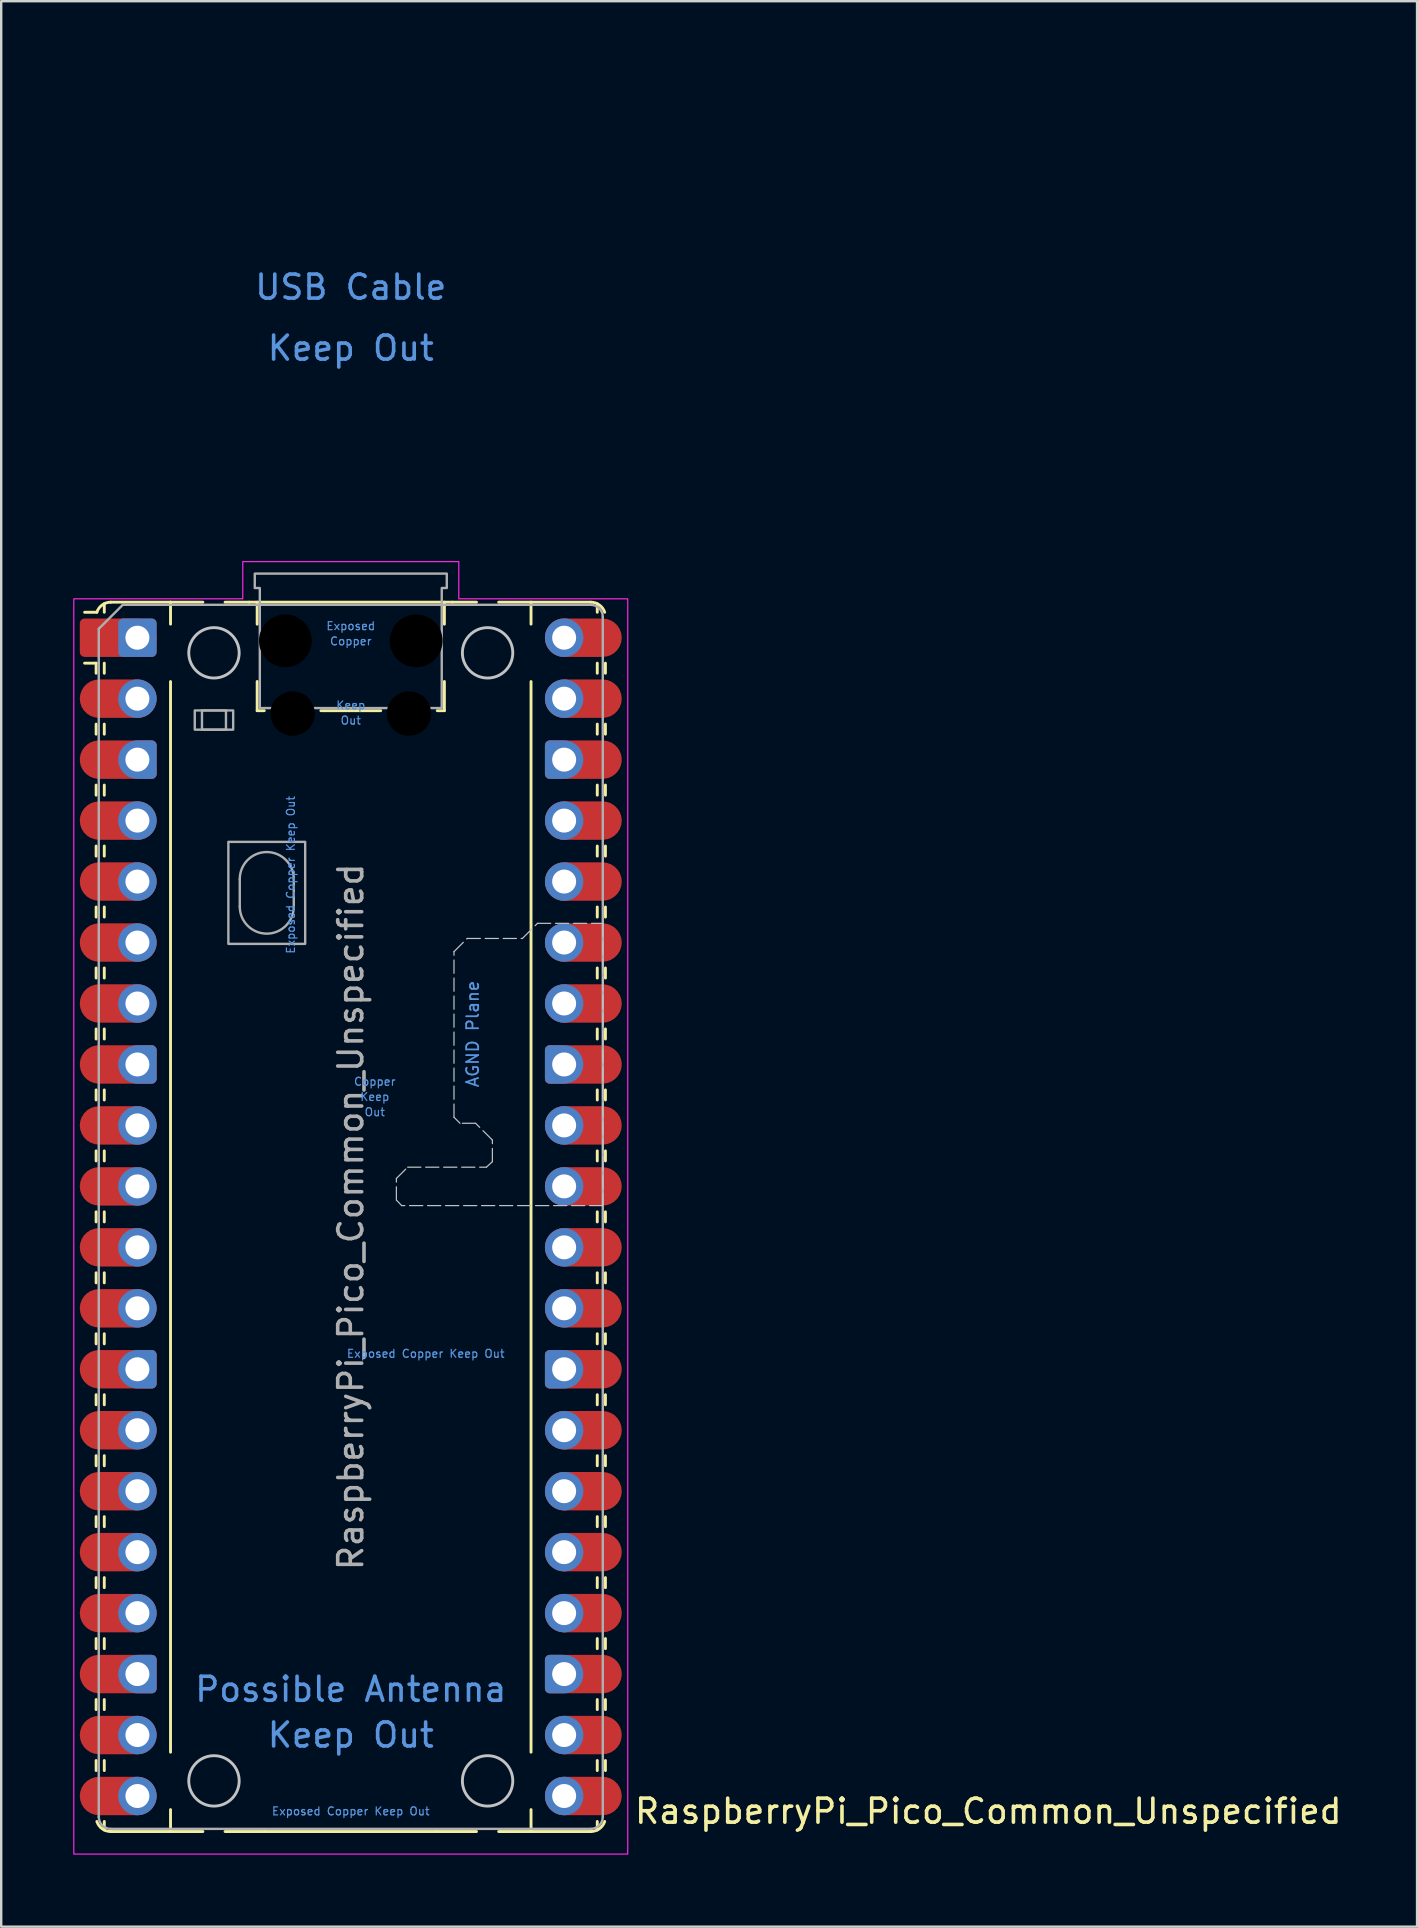
<source format=kicad_pcb>
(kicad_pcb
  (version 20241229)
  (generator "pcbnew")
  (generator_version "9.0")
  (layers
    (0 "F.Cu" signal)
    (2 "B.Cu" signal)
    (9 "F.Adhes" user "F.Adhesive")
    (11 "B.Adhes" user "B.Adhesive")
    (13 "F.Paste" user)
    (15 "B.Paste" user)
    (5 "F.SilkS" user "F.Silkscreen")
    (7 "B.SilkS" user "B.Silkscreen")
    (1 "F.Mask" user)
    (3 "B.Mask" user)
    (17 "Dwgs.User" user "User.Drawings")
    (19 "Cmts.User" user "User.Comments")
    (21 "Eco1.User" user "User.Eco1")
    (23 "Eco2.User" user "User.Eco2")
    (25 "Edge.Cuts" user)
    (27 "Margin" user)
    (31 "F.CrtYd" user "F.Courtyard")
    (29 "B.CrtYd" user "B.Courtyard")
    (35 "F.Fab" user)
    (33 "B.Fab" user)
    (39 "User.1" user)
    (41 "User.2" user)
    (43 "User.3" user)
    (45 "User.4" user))
  (footprint "RaspberryPi_Pico_Common_Unspecified"
    (layer "F.Cu")
    (at 11.565 47.65)
    (property "Reference" "RaspberryPi_Pico_Common_Unspecified" (at 11.748 24.765 0) (unlocked yes) (layer "F.SilkS") (effects (font (size 1 1) (thickness 0.15)) (justify left)))
    (attr through_hole)
    (fp_line (start -10.61 -23.07) (end -11.09 -23.07) (stroke (width 0.12) (type solid)) (layer "F.SilkS"))
    (fp_line (start -10.61 -23.07) (end -10.61 -22.65) (stroke (width 0.12) (type solid)) (layer "F.SilkS"))
    (fp_line (start -10.61 -20.53) (end -10.61 -20.11) (stroke (width 0.12) (type solid)) (layer "F.SilkS"))
    (fp_line (start -10.61 -17.99) (end -10.61 -17.57) (stroke (width 0.12) (type solid)) (layer "F.SilkS"))
    (fp_line (start -10.61 -15.45) (end -10.61 -15.03) (stroke (width 0.12) (type solid)) (layer "F.SilkS"))
    (fp_line (start -10.61 -12.91) (end -10.61 -12.49) (stroke (width 0.12) (type solid)) (layer "F.SilkS"))
    (fp_line (start -10.61 -10.37) (end -10.61 -9.95) (stroke (width 0.12) (type solid)) (layer "F.SilkS"))
    (fp_line (start -10.61 -7.83) (end -10.61 -7.41) (stroke (width 0.12) (type solid)) (layer "F.SilkS"))
    (fp_line (start -10.61 -5.29) (end -10.61 -4.87) (stroke (width 0.12) (type solid)) (layer "F.SilkS"))
    (fp_line (start -10.61 -2.75) (end -10.61 -2.33) (stroke (width 0.12) (type solid)) (layer "F.SilkS"))
    (fp_line (start -10.61 -0.21) (end -10.61 0.21) (stroke (width 0.12) (type solid)) (layer "F.SilkS"))
    (fp_line (start -10.61 2.33) (end -10.61 2.75) (stroke (width 0.12) (type solid)) (layer "F.SilkS"))
    (fp_line (start -10.61 4.87) (end -10.61 5.29) (stroke (width 0.12) (type solid)) (layer "F.SilkS"))
    (fp_line (start -10.61 7.41) (end -10.61 7.83) (stroke (width 0.12) (type solid)) (layer "F.SilkS"))
    (fp_line (start -10.61 9.95) (end -10.61 10.37) (stroke (width 0.12) (type solid)) (layer "F.SilkS"))
    (fp_line (start -10.61 12.49) (end -10.61 12.91) (stroke (width 0.12) (type solid)) (layer "F.SilkS"))
    (fp_line (start -10.61 15.03) (end -10.61 15.45) (stroke (width 0.12) (type solid)) (layer "F.SilkS"))
    (fp_line (start -10.61 17.57) (end -10.61 17.99) (stroke (width 0.12) (type solid)) (layer "F.SilkS"))
    (fp_line (start -10.61 20.11) (end -10.61 20.53) (stroke (width 0.12) (type solid)) (layer "F.SilkS"))
    (fp_line (start -10.61 22.65) (end -10.61 23.07) (stroke (width 0.12) (type solid)) (layer "F.SilkS"))
    (fp_line (start -10.58 -25.19) (end -11.09 -25.19) (stroke (width 0.12) (type solid)) (layer "F.SilkS"))
    (fp_line (start -10.27 -25.19) (end -10.27 -25.547) (stroke (width 0.12) (type solid)) (layer "F.SilkS"))
    (fp_line (start -10.27 -23.07) (end -10.27 -22.65) (stroke (width 0.12) (type solid)) (layer "F.SilkS"))
    (fp_line (start -10.27 -20.53) (end -10.27 -20.11) (stroke (width 0.12) (type solid)) (layer "F.SilkS"))
    (fp_line (start -10.27 -17.99) (end -10.27 -17.57) (stroke (width 0.12) (type solid)) (layer "F.SilkS"))
    (fp_line (start -10.27 -15.45) (end -10.27 -15.03) (stroke (width 0.12) (type solid)) (layer "F.SilkS"))
    (fp_line (start -10.27 -12.91) (end -10.27 -12.49) (stroke (width 0.12) (type solid)) (layer "F.SilkS"))
    (fp_line (start -10.27 -10.37) (end -10.27 -9.95) (stroke (width 0.12) (type solid)) (layer "F.SilkS"))
    (fp_line (start -10.27 -7.83) (end -10.27 -7.41) (stroke (width 0.12) (type solid)) (layer "F.SilkS"))
    (fp_line (start -10.27 -5.29) (end -10.27 -4.87) (stroke (width 0.12) (type solid)) (layer "F.SilkS"))
    (fp_line (start -10.27 -2.75) (end -10.27 -2.33) (stroke (width 0.12) (type solid)) (layer "F.SilkS"))
    (fp_line (start -10.27 -0.21) (end -10.27 0.21) (stroke (width 0.12) (type solid)) (layer "F.SilkS"))
    (fp_line (start -10.27 2.33) (end -10.27 2.75) (stroke (width 0.12) (type solid)) (layer "F.SilkS"))
    (fp_line (start -10.27 4.87) (end -10.27 5.29) (stroke (width 0.12) (type solid)) (layer "F.SilkS"))
    (fp_line (start -10.27 7.41) (end -10.27 7.83) (stroke (width 0.12) (type solid)) (layer "F.SilkS"))
    (fp_line (start -10.27 9.95) (end -10.27 10.37) (stroke (width 0.12) (type solid)) (layer "F.SilkS"))
    (fp_line (start -10.27 12.49) (end -10.27 12.91) (stroke (width 0.12) (type solid)) (layer "F.SilkS"))
    (fp_line (start -10.27 15.03) (end -10.27 15.45) (stroke (width 0.12) (type solid)) (layer "F.SilkS"))
    (fp_line (start -10.27 17.57) (end -10.27 17.99) (stroke (width 0.12) (type solid)) (layer "F.SilkS"))
    (fp_line (start -10.27 20.11) (end -10.27 20.53) (stroke (width 0.12) (type solid)) (layer "F.SilkS"))
    (fp_line (start -10.27 22.65) (end -10.27 23.07) (stroke (width 0.12) (type solid)) (layer "F.SilkS"))
    (fp_line (start -10.27 25.19) (end -10.27 25.547) (stroke (width 0.12) (type solid)) (layer "F.SilkS"))
    (fp_line (start -10 -25.61) (end -7.51 -25.61) (stroke (width 0.12) (type solid)) (layer "F.SilkS"))
    (fp_line (start -10 25.61) (end -6.162 25.61) (stroke (width 0.12) (type solid)) (layer "F.SilkS"))
    (fp_line (start -7.51 -25.61) (end -7.51 -24.696) (stroke (width 0.12) (type solid)) (layer "F.SilkS"))
    (fp_line (start -7.51 -25.61) (end -6.162 -25.61) (stroke (width 0.12) (type solid)) (layer "F.SilkS"))
    (fp_line (start -7.51 -22.304) (end -7.51 22.304) (stroke (width 0.12) (type solid)) (layer "F.SilkS"))
    (fp_line (start -7.51 24.696) (end -7.51 25.61) (stroke (width 0.12) (type solid)) (layer "F.SilkS"))
    (fp_line (start -5.238 -25.61) (end -4.235 -25.61) (stroke (width 0.12) (type solid)) (layer "F.SilkS"))
    (fp_line (start -4.235 -25.61) (end 4.235 -25.61) (stroke (width 0.12) (type solid)) (layer "F.SilkS"))
    (fp_line (start -3.9 -25.61) (end -3.9 -24.694) (stroke (width 0.12) (type solid)) (layer "F.SilkS"))
    (fp_line (start -3.9 -22.306) (end -3.9 -21.09) (stroke (width 0.12) (type solid)) (layer "F.SilkS"))
    (fp_line (start -3.9 -21.09) (end -3.604 -21.09) (stroke (width 0.12) (type solid)) (layer "F.SilkS"))
    (fp_line (start -3.6 25.61) (end -5.238 25.61) (stroke (width 0.12) (type solid)) (layer "F.SilkS"))
    (fp_line (start -1.246 -21.09) (end 1.246 -21.09) (stroke (width 0.12) (type solid)) (layer "F.SilkS"))
    (fp_line (start 3.6 25.61) (end -3.6 25.61) (stroke (width 0.12) (type solid)) (layer "F.SilkS"))
    (fp_line (start 3.604 -21.09) (end 3.9 -21.09) (stroke (width 0.12) (type solid)) (layer "F.SilkS"))
    (fp_line (start 3.9 -25.61) (end 3.9 -24.694) (stroke (width 0.12) (type solid)) (layer "F.SilkS"))
    (fp_line (start 3.9 -22.306) (end 3.9 -21.09) (stroke (width 0.12) (type solid)) (layer "F.SilkS"))
    (fp_line (start 4.235 -25.61) (end 5.238 -25.61) (stroke (width 0.12) (type solid)) (layer "F.SilkS"))
    (fp_line (start 5.238 25.61) (end 3.6 25.61) (stroke (width 0.12) (type solid)) (layer "F.SilkS"))
    (fp_line (start 6.162 -25.61) (end 7.51 -25.61) (stroke (width 0.12) (type solid)) (layer "F.SilkS"))
    (fp_line (start 6.162 25.61) (end 10 25.61) (stroke (width 0.12) (type solid)) (layer "F.SilkS"))
    (fp_line (start 7.51 -25.61) (end 7.51 -24.696) (stroke (width 0.12) (type solid)) (layer "F.SilkS"))
    (fp_line (start 7.51 -22.304) (end 7.51 22.304) (stroke (width 0.12) (type solid)) (layer "F.SilkS"))
    (fp_line (start 7.51 24.696) (end 7.51 25.61) (stroke (width 0.12) (type solid)) (layer "F.SilkS"))
    (fp_line (start 10 -25.61) (end 7.51 -25.61) (stroke (width 0.12) (type solid)) (layer "F.SilkS"))
    (fp_line (start 10.27 -25.19) (end 10.27 -25.547) (stroke (width 0.12) (type solid)) (layer "F.SilkS"))
    (fp_line (start 10.27 -23.07) (end 10.27 -22.65) (stroke (width 0.12) (type solid)) (layer "F.SilkS"))
    (fp_line (start 10.27 -20.53) (end 10.27 -20.11) (stroke (width 0.12) (type solid)) (layer "F.SilkS"))
    (fp_line (start 10.27 -17.99) (end 10.27 -17.57) (stroke (width 0.12) (type solid)) (layer "F.SilkS"))
    (fp_line (start 10.27 -15.45) (end 10.27 -15.03) (stroke (width 0.12) (type solid)) (layer "F.SilkS"))
    (fp_line (start 10.27 -12.91) (end 10.27 -12.49) (stroke (width 0.12) (type solid)) (layer "F.SilkS"))
    (fp_line (start 10.27 -10.37) (end 10.27 -9.95) (stroke (width 0.12) (type solid)) (layer "F.SilkS"))
    (fp_line (start 10.27 -7.83) (end 10.27 -7.41) (stroke (width 0.12) (type solid)) (layer "F.SilkS"))
    (fp_line (start 10.27 -5.29) (end 10.27 -4.87) (stroke (width 0.12) (type solid)) (layer "F.SilkS"))
    (fp_line (start 10.27 -2.75) (end 10.27 -2.33) (stroke (width 0.12) (type solid)) (layer "F.SilkS"))
    (fp_line (start 10.27 -0.21) (end 10.27 0.21) (stroke (width 0.12) (type solid)) (layer "F.SilkS"))
    (fp_line (start 10.27 2.33) (end 10.27 2.75) (stroke (width 0.12) (type solid)) (layer "F.SilkS"))
    (fp_line (start 10.27 4.87) (end 10.27 5.29) (stroke (width 0.12) (type solid)) (layer "F.SilkS"))
    (fp_line (start 10.27 7.41) (end 10.27 7.83) (stroke (width 0.12) (type solid)) (layer "F.SilkS"))
    (fp_line (start 10.27 9.95) (end 10.27 10.37) (stroke (width 0.12) (type solid)) (layer "F.SilkS"))
    (fp_line (start 10.27 12.49) (end 10.27 12.91) (stroke (width 0.12) (type solid)) (layer "F.SilkS"))
    (fp_line (start 10.27 15.03) (end 10.27 15.45) (stroke (width 0.12) (type solid)) (layer "F.SilkS"))
    (fp_line (start 10.27 17.57) (end 10.27 17.99) (stroke (width 0.12) (type solid)) (layer "F.SilkS"))
    (fp_line (start 10.27 20.11) (end 10.27 20.53) (stroke (width 0.12) (type solid)) (layer "F.SilkS"))
    (fp_line (start 10.27 22.65) (end 10.27 23.07) (stroke (width 0.12) (type solid)) (layer "F.SilkS"))
    (fp_line (start 10.27 25.19) (end 10.27 25.547) (stroke (width 0.12) (type solid)) (layer "F.SilkS"))
    (fp_line (start 10.61 -23.07) (end 10.61 -22.65) (stroke (width 0.12) (type solid)) (layer "F.SilkS"))
    (fp_line (start 10.61 -20.53) (end 10.61 -20.11) (stroke (width 0.12) (type solid)) (layer "F.SilkS"))
    (fp_line (start 10.61 -17.99) (end 10.61 -17.57) (stroke (width 0.12) (type solid)) (layer "F.SilkS"))
    (fp_line (start 10.61 -15.45) (end 10.61 -15.03) (stroke (width 0.12) (type solid)) (layer "F.SilkS"))
    (fp_line (start 10.61 -12.91) (end 10.61 -12.49) (stroke (width 0.12) (type solid)) (layer "F.SilkS"))
    (fp_line (start 10.61 -10.37) (end 10.61 -9.95) (stroke (width 0.12) (type solid)) (layer "F.SilkS"))
    (fp_line (start 10.61 -7.83) (end 10.61 -7.41) (stroke (width 0.12) (type solid)) (layer "F.SilkS"))
    (fp_line (start 10.61 -5.29) (end 10.61 -4.87) (stroke (width 0.12) (type solid)) (layer "F.SilkS"))
    (fp_line (start 10.61 -2.75) (end 10.61 -2.33) (stroke (width 0.12) (type solid)) (layer "F.SilkS"))
    (fp_line (start 10.61 -0.21) (end 10.61 0.21) (stroke (width 0.12) (type solid)) (layer "F.SilkS"))
    (fp_line (start 10.61 2.33) (end 10.61 2.75) (stroke (width 0.12) (type solid)) (layer "F.SilkS"))
    (fp_line (start 10.61 4.87) (end 10.61 5.29) (stroke (width 0.12) (type solid)) (layer "F.SilkS"))
    (fp_line (start 10.61 7.41) (end 10.61 7.83) (stroke (width 0.12) (type solid)) (layer "F.SilkS"))
    (fp_line (start 10.61 9.95) (end 10.61 10.37) (stroke (width 0.12) (type solid)) (layer "F.SilkS"))
    (fp_line (start 10.61 12.49) (end 10.61 12.91) (stroke (width 0.12) (type solid)) (layer "F.SilkS"))
    (fp_line (start 10.61 15.03) (end 10.61 15.45) (stroke (width 0.12) (type solid)) (layer "F.SilkS"))
    (fp_line (start 10.61 17.57) (end 10.61 17.99) (stroke (width 0.12) (type solid)) (layer "F.SilkS"))
    (fp_line (start 10.61 20.11) (end 10.61 20.53) (stroke (width 0.12) (type solid)) (layer "F.SilkS"))
    (fp_line (start 10.61 22.65) (end 10.61 23.07) (stroke (width 0.12) (type solid)) (layer "F.SilkS"))
    (fp_arc (start -10.579676 -25.19) (mid -10.357938 -25.493944) (end -10 -25.61) (stroke (width 0.12) (type solid)) (layer "F.SilkS"))
    (fp_arc (start -10 25.61) (mid -10.357937 25.493944) (end -10.579676 25.189937) (stroke (width 0.12) (type solid)) (layer "F.SilkS"))
    (fp_arc (start 10 -25.61) (mid 10.357937 -25.493944) (end 10.579676 -25.189937) (stroke (width 0.12) (type solid)) (layer "F.SilkS"))
    (fp_arc (start 10.579676 25.189937) (mid 10.357946 25.493957) (end 10 25.61) (stroke (width 0.12) (type solid)) (layer "F.SilkS"))
    (fp_circle (center -5.7 -23.5) (end -4.65 -23.5) (stroke (width 0.12) (type solid)) (fill no) (layer "Dwgs.User"))
    (fp_circle (center -5.7 23.5) (end -4.65 23.5) (stroke (width 0.12) (type solid)) (fill no) (layer "Dwgs.User"))
    (fp_circle (center 5.7 -23.5) (end 6.75 -23.5) (stroke (width 0.12) (type solid)) (fill no) (layer "Dwgs.User"))
    (fp_circle (center 5.7 23.5) (end 6.75 23.5) (stroke (width 0.12) (type solid)) (fill no) (layer "Dwgs.User"))
    (fp_poly (pts (xy 10.5 -0.47) (xy 2.12 -0.47) (xy 1.9 -0.7) (xy 1.9 -1.6) (xy 2.37 -2.07) (xy 5.65 -2.07) (xy 5.9 -2.3) (xy 5.9 -3.2) (xy 5.2 -3.9) (xy 4.55 -3.9) (xy 4.3 -4.15) (xy 4.3 -11.05) (xy 4.85 -11.6) (xy 7.15 -11.6) (xy 7.78 -12.23) (xy 10.5 -12.23)) (stroke (width 0.05) (type dash)) (fill no) (layer "Dwgs.User"))
    (fp_poly (pts (xy -4.5 -27.3) (xy 4.5 -27.3) (xy 4.5 -25.75) (xy 11.54 -25.75) (xy 11.54 26.55) (xy -11.54 26.55) (xy -11.54 -25.75) (xy -4.5 -25.75)) (stroke (width 0.05) (type solid)) (fill no) (layer "F.CrtYd"))
    (fp_line (start -10.5 -24.5) (end -9.5 -25.5) (stroke (width 0.1) (type solid)) (layer "F.Fab"))
    (fp_line (start -10.5 25) (end -10.5 -24.5) (stroke (width 0.1) (type solid)) (layer "F.Fab"))
    (fp_line (start -9.5 -25.5) (end 10 -25.5) (stroke (width 0.1) (type solid)) (layer "F.Fab"))
    (fp_line (start -4.625 -14.075) (end -4.625 -12.925) (stroke (width 0.1) (type solid)) (layer "F.Fab"))
    (fp_line (start -2.375 -14.075) (end -2.375 -12.925) (stroke (width 0.1) (type solid)) (layer "F.Fab"))
    (fp_line (start 10 25.5) (end -10 25.5) (stroke (width 0.1) (type solid)) (layer "F.Fab"))
    (fp_line (start 10.5 -25) (end 10.5 25) (stroke (width 0.1) (type solid)) (layer "F.Fab"))
    (fp_rect (start -6.5 -21.1) (end -4.9 -20.3) (stroke (width 0.1) (type solid)) (fill no) (layer "F.Fab"))
    (fp_rect (start -6.2 -21.1) (end -5.2 -20.3) (stroke (width 0.1) (type solid)) (fill no) (layer "F.Fab"))
    (fp_rect (start -5.1 -15.625) (end -1.9 -11.375) (stroke (width 0.1) (type solid)) (fill no) (layer "F.Fab"))
    (fp_arc (start -10 25.5) (mid -10.353553 25.353553) (end -10.5 25) (stroke (width 0.1) (type solid)) (layer "F.Fab"))
    (fp_arc (start -4.625 -14.075) (mid -3.5 -15.2) (end -2.375 -14.075) (stroke (width 0.1) (type solid)) (layer "F.Fab"))
    (fp_arc (start -2.375 -12.925) (mid -3.5 -11.8) (end -4.625 -12.925) (stroke (width 0.1) (type solid)) (layer "F.Fab"))
    (fp_arc (start 10 -25.5) (mid 10.353553 -25.353553) (end 10.5 -25) (stroke (width 0.1) (type solid)) (layer "F.Fab"))
    (fp_arc (start 10.5 25) (mid 10.353553 25.353553) (end 10 25.5) (stroke (width 0.1) (type solid)) (layer "F.Fab"))
    (fp_poly (pts (xy 3.79 -21.2) (xy 3.79 -26.2) (xy 4 -26.2) (xy 4 -26.8) (xy -4 -26.8) (xy -4 -26.2) (xy -3.79 -26.2) (xy -3.79 -21.2)) (stroke (width 0.1) (type solid)) (fill no) (layer "F.Fab"))
    (fp_text user "Keep Out" (at 0 21.59 0) (unlocked yes) (layer "Cmts.User") (effects (font (size 1 1) (thickness 0.15))))
    (fp_text user "Keep" (at 1 -5 0) (unlocked yes) (layer "Cmts.User") (effects (font (size 0.333 0.333) (thickness 0.05))))
    (fp_text user "Exposed Copper Keep Out" (at 0 24.765 0) (unlocked yes) (layer "Cmts.User") (effects (font (size 0.333 0.333) (thickness 0.05))))
    (fp_text user "Out" (at 1 -4.365 0) (unlocked yes) (layer "Cmts.User") (effects (font (size 0.333 0.333) (thickness 0.05))))
    (fp_text user "Keep Out" (at 0 -36.195 0) (unlocked yes) (layer "Cmts.User") (effects (font (size 1 1) (thickness 0.15))))
    (fp_text user "Out" (at 0 -20.683 0) (unlocked yes) (layer "Cmts.User") (effects (font (size 0.333 0.333) (thickness 0.05))))
    (fp_text user "Copper" (at 0 -23.983 0) (unlocked yes) (layer "Cmts.User") (effects (font (size 0.333 0.333) (thickness 0.05))))
    (fp_text user "Possible Antenna" (at 0 19.685 0) (unlocked yes) (layer "Cmts.User") (effects (font (size 1 1) (thickness 0.15))))
    (fp_text user "Exposed Copper Keep Out" (at 3.124 5.7 0) (unlocked yes) (layer "Cmts.User") (effects (font (size 0.333 0.333) (thickness 0.05))))
    (fp_text user "USB Cable" (at 0 -38.735 0) (unlocked yes) (layer "Cmts.User") (effects (font (size 1 1) (thickness 0.15))))
    (fp_text user "Exposed" (at 0 -24.617 0) (unlocked yes) (layer "Cmts.User") (effects (font (size 0.333 0.333) (thickness 0.05))))
    (fp_text user "AGND Plane" (at 5.08 -7.62 90) (unlocked yes) (layer "Cmts.User") (effects (font (size 0.5 0.5) (thickness 0.075))))
    (fp_text user "Copper" (at 1 -5.635 0) (unlocked yes) (layer "Cmts.User") (effects (font (size 0.333 0.333) (thickness 0.05))))
    (fp_text user "Keep" (at 0 -21.317 0) (unlocked yes) (layer "Cmts.User") (effects (font (size 0.333 0.333) (thickness 0.05))))
    (fp_text user "Exposed Copper Keep Out" (at -2.5 -14.25 90) (unlocked yes) (layer "Cmts.User") (effects (font (size 0.333 0.333) (thickness 0.05))))
    (fp_text user "${REFERENCE}" (at 0 0 90) (layer "F.Fab") (effects (font (size 1 1) (thickness 0.15))))
    (pad "" np_thru_hole circle (at -2.725 -24) (size 2.2 2.2) (drill 2.2) (layers "*.Mask"))
    (pad "" np_thru_hole circle (at -2.425 -20.97) (size 1.85 1.85) (drill 1.85) (layers "*.Mask"))
    (pad "" np_thru_hole circle (at 2.425 -20.97) (size 1.85 1.85) (drill 1.85) (layers "*.Mask"))
    (pad "" np_thru_hole circle (at 2.725 -24) (size 2.2 2.2) (drill 2.2) (layers "*.Mask"))
    (pad "1" smd custom (at -9.69 -24.13) (size 1.6 0.8) (layers "F.Cu" "F.Mask") (options (anchor rect)) (primitives (gr_circle (center 0.8 0) (end 1.6 0) (width 0) (fill yes)) (gr_poly (pts (xy -1.6 -0.6) (xy -1.6 0.6) (xy -1.4 0.8) (xy 0.8 0.8) (xy 0.8 -0.8) (xy -1.4 -0.8)) (width 0) (fill yes)) (gr_circle (center -1.4 -0.6) (end -1.2 -0.6) (width 0) (fill yes)) (gr_circle (center -1.4 0.6) (end -1.2 0.6) (width 0) (fill yes))))
    (pad "1" thru_hole roundrect (at -8.89 -24.13) (size 1.6 1.6) (drill 1) (layers "*.Cu" "*.Mask") (roundrect_rratio 0.125))
    (pad "2" smd roundrect (at -9.69 -21.59) (size 3.2 1.6) (layers "F.Cu" "F.Mask") (roundrect_rratio 0.5))
    (pad "2" thru_hole circle (at -8.89 -21.59) (size 1.6 1.6) (drill 1) (layers "*.Cu" "*.Mask"))
    (pad "3" smd custom (at -9.69 -19.05) (size 1.6 0.8) (layers "F.Cu" "F.Mask") (options (anchor rect)) (primitives (gr_circle (center -0.8 0) (end 0 0) (width 0) (fill yes)) (gr_poly (pts (xy 1.6 -0.6) (xy 1.6 0.6) (xy 1.4 0.8) (xy -0.8 0.8) (xy -0.8 -0.8) (xy 1.4 -0.8)) (width 0) (fill yes)) (gr_circle (center 1.4 -0.6) (end 1.6 -0.6) (width 0) (fill yes)) (gr_circle (center 1.4 0.6) (end 1.6 0.6) (width 0) (fill yes))))
    (pad "3" thru_hole custom (at -8.89 -19.05) (size 1.6 1.6) (drill 1) (layers "*.Cu" "*.Mask") (options (anchor circle)) (primitives (gr_poly (pts (xy 0.8 0.6) (xy 0.8 -0.6) (xy 0.6 -0.8) (xy 0 -0.8) (xy 0 0.8) (xy 0.6 0.8)) (width 0) (fill yes)) (gr_circle (center 0.6 0.6) (end 0.8 0.6) (width 0) (fill yes)) (gr_circle (center 0.6 -0.6) (end 0.8 -0.6) (width 0) (fill yes))))
    (pad "4" smd roundrect (at -9.69 -16.51) (size 3.2 1.6) (layers "F.Cu" "F.Mask") (roundrect_rratio 0.5))
    (pad "4" thru_hole circle (at -8.89 -16.51) (size 1.6 1.6) (drill 1) (layers "*.Cu" "*.Mask"))
    (pad "5" smd roundrect (at -9.69 -13.97) (size 3.2 1.6) (layers "F.Cu" "F.Mask") (roundrect_rratio 0.5))
    (pad "5" thru_hole circle (at -8.89 -13.97) (size 1.6 1.6) (drill 1) (layers "*.Cu" "*.Mask"))
    (pad "6" smd roundrect (at -9.69 -11.43) (size 3.2 1.6) (layers "F.Cu" "F.Mask") (roundrect_rratio 0.5))
    (pad "6" thru_hole circle (at -8.89 -11.43) (size 1.6 1.6) (drill 1) (layers "*.Cu" "*.Mask"))
    (pad "7" smd roundrect (at -9.69 -8.89) (size 3.2 1.6) (layers "F.Cu" "F.Mask") (roundrect_rratio 0.5))
    (pad "7" thru_hole circle (at -8.89 -8.89) (size 1.6 1.6) (drill 1) (layers "*.Cu" "*.Mask"))
    (pad "8" smd custom (at -9.69 -6.35) (size 1.6 0.8) (layers "F.Cu" "F.Mask") (options (anchor rect)) (primitives (gr_circle (center -0.8 0) (end 0 0) (width 0) (fill yes)) (gr_poly (pts (xy 1.6 -0.6) (xy 1.6 0.6) (xy 1.4 0.8) (xy -0.8 0.8) (xy -0.8 -0.8) (xy 1.4 -0.8)) (width 0) (fill yes)) (gr_circle (center 1.4 -0.6) (end 1.6 -0.6) (width 0) (fill yes)) (gr_circle (center 1.4 0.6) (end 1.6 0.6) (width 0) (fill yes))))
    (pad "8" thru_hole custom (at -8.89 -6.35) (size 1.6 1.6) (drill 1) (layers "*.Cu" "*.Mask") (options (anchor circle)) (primitives (gr_poly (pts (xy 0.8 0.6) (xy 0.8 -0.6) (xy 0.6 -0.8) (xy 0 -0.8) (xy 0 0.8) (xy 0.6 0.8)) (width 0) (fill yes)) (gr_circle (center 0.6 0.6) (end 0.8 0.6) (width 0) (fill yes)) (gr_circle (center 0.6 -0.6) (end 0.8 -0.6) (width 0) (fill yes))))
    (pad "9" smd roundrect (at -9.69 -3.81) (size 3.2 1.6) (layers "F.Cu" "F.Mask") (roundrect_rratio 0.5))
    (pad "9" thru_hole circle (at -8.89 -3.81) (size 1.6 1.6) (drill 1) (layers "*.Cu" "*.Mask"))
    (pad "10" smd roundrect (at -9.69 -1.27) (size 3.2 1.6) (layers "F.Cu" "F.Mask") (roundrect_rratio 0.5))
    (pad "10" thru_hole circle (at -8.89 -1.27) (size 1.6 1.6) (drill 1) (layers "*.Cu" "*.Mask"))
    (pad "11" smd roundrect (at -9.69 1.27) (size 3.2 1.6) (layers "F.Cu" "F.Mask") (roundrect_rratio 0.5))
    (pad "11" thru_hole circle (at -8.89 1.27) (size 1.6 1.6) (drill 1) (layers "*.Cu" "*.Mask"))
    (pad "12" smd roundrect (at -9.69 3.81) (size 3.2 1.6) (layers "F.Cu" "F.Mask") (roundrect_rratio 0.5))
    (pad "12" thru_hole circle (at -8.89 3.81) (size 1.6 1.6) (drill 1) (layers "*.Cu" "*.Mask"))
    (pad "13" smd custom (at -9.69 6.35) (size 1.6 0.8) (layers "F.Cu" "F.Mask") (options (anchor rect)) (primitives (gr_circle (center -0.8 0) (end 0 0) (width 0) (fill yes)) (gr_poly (pts (xy 1.6 -0.6) (xy 1.6 0.6) (xy 1.4 0.8) (xy -0.8 0.8) (xy -0.8 -0.8) (xy 1.4 -0.8)) (width 0) (fill yes)) (gr_circle (center 1.4 -0.6) (end 1.6 -0.6) (width 0) (fill yes)) (gr_circle (center 1.4 0.6) (end 1.6 0.6) (width 0) (fill yes))))
    (pad "13" thru_hole custom (at -8.89 6.35) (size 1.6 1.6) (drill 1) (layers "*.Cu" "*.Mask") (options (anchor circle)) (primitives (gr_poly (pts (xy 0.8 0.6) (xy 0.8 -0.6) (xy 0.6 -0.8) (xy 0 -0.8) (xy 0 0.8) (xy 0.6 0.8)) (width 0) (fill yes)) (gr_circle (center 0.6 0.6) (end 0.8 0.6) (width 0) (fill yes)) (gr_circle (center 0.6 -0.6) (end 0.8 -0.6) (width 0) (fill yes))))
    (pad "14" smd roundrect (at -9.69 8.89) (size 3.2 1.6) (layers "F.Cu" "F.Mask") (roundrect_rratio 0.5))
    (pad "14" thru_hole circle (at -8.89 8.89) (size 1.6 1.6) (drill 1) (layers "*.Cu" "*.Mask"))
    (pad "15" smd roundrect (at -9.69 11.43) (size 3.2 1.6) (layers "F.Cu" "F.Mask") (roundrect_rratio 0.5))
    (pad "15" thru_hole circle (at -8.89 11.43) (size 1.6 1.6) (drill 1) (layers "*.Cu" "*.Mask"))
    (pad "16" smd roundrect (at -9.69 13.97) (size 3.2 1.6) (layers "F.Cu" "F.Mask") (roundrect_rratio 0.5))
    (pad "16" thru_hole circle (at -8.89 13.97) (size 1.6 1.6) (drill 1) (layers "*.Cu" "*.Mask"))
    (pad "17" smd roundrect (at -9.69 16.51) (size 3.2 1.6) (layers "F.Cu" "F.Mask") (roundrect_rratio 0.5))
    (pad "17" thru_hole circle (at -8.89 16.51) (size 1.6 1.6) (drill 1) (layers "*.Cu" "*.Mask"))
    (pad "18" smd custom (at -9.69 19.05) (size 1.6 0.8) (layers "F.Cu" "F.Mask") (options (anchor rect)) (primitives (gr_circle (center -0.8 0) (end 0 0) (width 0) (fill yes)) (gr_poly (pts (xy 1.6 -0.6) (xy 1.6 0.6) (xy 1.4 0.8) (xy -0.8 0.8) (xy -0.8 -0.8) (xy 1.4 -0.8)) (width 0) (fill yes)) (gr_circle (center 1.4 -0.6) (end 1.6 -0.6) (width 0) (fill yes)) (gr_circle (center 1.4 0.6) (end 1.6 0.6) (width 0) (fill yes))))
    (pad "18" thru_hole custom (at -8.89 19.05) (size 1.6 1.6) (drill 1) (layers "*.Cu" "*.Mask") (options (anchor circle)) (primitives (gr_poly (pts (xy 0.8 0.6) (xy 0.8 -0.6) (xy 0.6 -0.8) (xy 0 -0.8) (xy 0 0.8) (xy 0.6 0.8)) (width 0) (fill yes)) (gr_circle (center 0.6 0.6) (end 0.8 0.6) (width 0) (fill yes)) (gr_circle (center 0.6 -0.6) (end 0.8 -0.6) (width 0) (fill yes))))
    (pad "19" smd roundrect (at -9.69 21.59) (size 3.2 1.6) (layers "F.Cu" "F.Mask") (roundrect_rratio 0.5))
    (pad "19" thru_hole circle (at -8.89 21.59) (size 1.6 1.6) (drill 1) (layers "*.Cu" "*.Mask"))
    (pad "20" smd roundrect (at -9.69 24.13) (size 3.2 1.6) (layers "F.Cu" "F.Mask") (roundrect_rratio 0.5))
    (pad "20" thru_hole circle (at -8.89 24.13) (size 1.6 1.6) (drill 1) (layers "*.Cu" "*.Mask"))
    (pad "21" thru_hole circle (at 8.89 24.13) (size 1.6 1.6) (drill 1) (layers "*.Cu" "*.Mask"))
    (pad "21" smd roundrect (at 9.69 24.13) (size 3.2 1.6) (layers "F.Cu" "F.Mask") (roundrect_rratio 0.5))
    (pad "22" thru_hole circle (at 8.89 21.59) (size 1.6 1.6) (drill 1) (layers "*.Cu" "*.Mask"))
    (pad "22" smd roundrect (at 9.69 21.59) (size 3.2 1.6) (layers "F.Cu" "F.Mask") (roundrect_rratio 0.5))
    (pad "23" thru_hole custom (at 8.89 19.05) (size 1.6 1.6) (drill 1) (layers "*.Cu" "*.Mask") (options (anchor circle)) (primitives (gr_poly (pts (xy -0.8 0.6) (xy -0.8 -0.6) (xy -0.6 -0.8) (xy 0 -0.8) (xy 0 0.8) (xy -0.6 0.8)) (width 0) (fill yes)) (gr_circle (center -0.6 0.6) (end -0.4 0.6) (width 0) (fill yes)) (gr_circle (center -0.6 -0.6) (end -0.4 -0.6) (width 0) (fill yes))))
    (pad "23" smd custom (at 9.69 19.05) (size 1.6 0.8) (layers "F.Cu" "F.Mask") (options (anchor rect)) (primitives (gr_circle (center 0.8 0) (end 1.6 0) (width 0) (fill yes)) (gr_poly (pts (xy -1.6 -0.6) (xy -1.6 0.6) (xy -1.4 0.8) (xy 0.8 0.8) (xy 0.8 -0.8) (xy -1.4 -0.8)) (width 0) (fill yes)) (gr_circle (center -1.4 -0.6) (end -1.2 -0.6) (width 0) (fill yes)) (gr_circle (center -1.4 0.6) (end -1.2 0.6) (width 0) (fill yes))))
    (pad "24" thru_hole circle (at 8.89 16.51) (size 1.6 1.6) (drill 1) (layers "*.Cu" "*.Mask"))
    (pad "24" smd roundrect (at 9.69 16.51) (size 3.2 1.6) (layers "F.Cu" "F.Mask") (roundrect_rratio 0.5))
    (pad "25" thru_hole circle (at 8.89 13.97) (size 1.6 1.6) (drill 1) (layers "*.Cu" "*.Mask"))
    (pad "25" smd roundrect (at 9.69 13.97) (size 3.2 1.6) (layers "F.Cu" "F.Mask") (roundrect_rratio 0.5))
    (pad "26" thru_hole circle (at 8.89 11.43) (size 1.6 1.6) (drill 1) (layers "*.Cu" "*.Mask"))
    (pad "26" smd roundrect (at 9.69 11.43) (size 3.2 1.6) (layers "F.Cu" "F.Mask") (roundrect_rratio 0.5))
    (pad "27" thru_hole circle (at 8.89 8.89) (size 1.6 1.6) (drill 1) (layers "*.Cu" "*.Mask"))
    (pad "27" smd roundrect (at 9.69 8.89) (size 3.2 1.6) (layers "F.Cu" "F.Mask") (roundrect_rratio 0.5))
    (pad "28" thru_hole custom (at 8.89 6.35) (size 1.6 1.6) (drill 1) (layers "*.Cu" "*.Mask") (options (anchor circle)) (primitives (gr_poly (pts (xy -0.8 0.6) (xy -0.8 -0.6) (xy -0.6 -0.8) (xy 0 -0.8) (xy 0 0.8) (xy -0.6 0.8)) (width 0) (fill yes)) (gr_circle (center -0.6 0.6) (end -0.4 0.6) (width 0) (fill yes)) (gr_circle (center -0.6 -0.6) (end -0.4 -0.6) (width 0) (fill yes))))
    (pad "28" smd custom (at 9.69 6.35) (size 1.6 0.8) (layers "F.Cu" "F.Mask") (options (anchor rect)) (primitives (gr_circle (center 0.8 0) (end 1.6 0) (width 0) (fill yes)) (gr_poly (pts (xy -1.6 -0.6) (xy -1.6 0.6) (xy -1.4 0.8) (xy 0.8 0.8) (xy 0.8 -0.8) (xy -1.4 -0.8)) (width 0) (fill yes)) (gr_circle (center -1.4 -0.6) (end -1.2 -0.6) (width 0) (fill yes)) (gr_circle (center -1.4 0.6) (end -1.2 0.6) (width 0) (fill yes))))
    (pad "29" thru_hole circle (at 8.89 3.81) (size 1.6 1.6) (drill 1) (layers "*.Cu" "*.Mask"))
    (pad "29" smd roundrect (at 9.69 3.81) (size 3.2 1.6) (layers "F.Cu" "F.Mask") (roundrect_rratio 0.5))
    (pad "30" thru_hole circle (at 8.89 1.27) (size 1.6 1.6) (drill 1) (layers "*.Cu" "*.Mask"))
    (pad "30" smd roundrect (at 9.69 1.27) (size 3.2 1.6) (layers "F.Cu" "F.Mask") (roundrect_rratio 0.5))
    (pad "31" thru_hole circle (at 8.89 -1.27) (size 1.6 1.6) (drill 1) (layers "*.Cu" "*.Mask"))
    (pad "31" smd roundrect (at 9.69 -1.27) (size 3.2 1.6) (layers "F.Cu" "F.Mask") (roundrect_rratio 0.5))
    (pad "32" thru_hole circle (at 8.89 -3.81) (size 1.6 1.6) (drill 1) (layers "*.Cu" "*.Mask"))
    (pad "32" smd roundrect (at 9.69 -3.81) (size 3.2 1.6) (layers "F.Cu" "F.Mask") (roundrect_rratio 0.5))
    (pad "33" thru_hole custom (at 8.89 -6.35) (size 1.6 1.6) (drill 1) (layers "*.Cu" "*.Mask") (options (anchor circle)) (primitives (gr_poly (pts (xy -0.8 0.6) (xy -0.8 -0.6) (xy -0.6 -0.8) (xy 0 -0.8) (xy 0 0.8) (xy -0.6 0.8)) (width 0) (fill yes)) (gr_circle (center -0.6 0.6) (end -0.4 0.6) (width 0) (fill yes)) (gr_circle (center -0.6 -0.6) (end -0.4 -0.6) (width 0) (fill yes))))
    (pad "33" smd custom (at 9.69 -6.35) (size 1.6 0.8) (layers "F.Cu" "F.Mask") (options (anchor rect)) (primitives (gr_circle (center 0.8 0) (end 1.6 0) (width 0) (fill yes)) (gr_poly (pts (xy -1.6 -0.6) (xy -1.6 0.6) (xy -1.4 0.8) (xy 0.8 0.8) (xy 0.8 -0.8) (xy -1.4 -0.8)) (width 0) (fill yes)) (gr_circle (center -1.4 -0.6) (end -1.2 -0.6) (width 0) (fill yes)) (gr_circle (center -1.4 0.6) (end -1.2 0.6) (width 0) (fill yes))))
    (pad "34" thru_hole circle (at 8.89 -8.89) (size 1.6 1.6) (drill 1) (layers "*.Cu" "*.Mask"))
    (pad "34" smd roundrect (at 9.69 -8.89) (size 3.2 1.6) (layers "F.Cu" "F.Mask") (roundrect_rratio 0.5))
    (pad "35" thru_hole circle (at 8.89 -11.43) (size 1.6 1.6) (drill 1) (layers "*.Cu" "*.Mask"))
    (pad "35" smd roundrect (at 9.69 -11.43) (size 3.2 1.6) (layers "F.Cu" "F.Mask") (roundrect_rratio 0.5))
    (pad "36" thru_hole circle (at 8.89 -13.97) (size 1.6 1.6) (drill 1) (layers "*.Cu" "*.Mask"))
    (pad "36" smd roundrect (at 9.69 -13.97) (size 3.2 1.6) (layers "F.Cu" "F.Mask") (roundrect_rratio 0.5))
    (pad "37" thru_hole circle (at 8.89 -16.51) (size 1.6 1.6) (drill 1) (layers "*.Cu" "*.Mask"))
    (pad "37" smd roundrect (at 9.69 -16.51) (size 3.2 1.6) (layers "F.Cu" "F.Mask") (roundrect_rratio 0.5))
    (pad "38" thru_hole custom (at 8.89 -19.05) (size 1.6 1.6) (drill 1) (layers "*.Cu" "*.Mask") (options (anchor circle)) (primitives (gr_poly (pts (xy -0.8 0.6) (xy -0.8 -0.6) (xy -0.6 -0.8) (xy 0 -0.8) (xy 0 0.8) (xy -0.6 0.8)) (width 0) (fill yes)) (gr_circle (center -0.6 0.6) (end -0.4 0.6) (width 0) (fill yes)) (gr_circle (center -0.6 -0.6) (end -0.4 -0.6) (width 0) (fill yes))))
    (pad "38" smd custom (at 9.69 -19.05) (size 1.6 0.8) (layers "F.Cu" "F.Mask") (options (anchor rect)) (primitives (gr_circle (center 0.8 0) (end 1.6 0) (width 0) (fill yes)) (gr_poly (pts (xy -1.6 -0.6) (xy -1.6 0.6) (xy -1.4 0.8) (xy 0.8 0.8) (xy 0.8 -0.8) (xy -1.4 -0.8)) (width 0) (fill yes)) (gr_circle (center -1.4 -0.6) (end -1.2 -0.6) (width 0) (fill yes)) (gr_circle (center -1.4 0.6) (end -1.2 0.6) (width 0) (fill yes))))
    (pad "39" thru_hole circle (at 8.89 -21.59) (size 1.6 1.6) (drill 1) (layers "*.Cu" "*.Mask"))
    (pad "39" smd roundrect (at 9.69 -21.59) (size 3.2 1.6) (layers "F.Cu" "F.Mask") (roundrect_rratio 0.5))
    (pad "40" thru_hole circle (at 8.89 -24.13) (size 1.6 1.6) (drill 1) (layers "*.Cu" "*.Mask"))
    (pad "40" smd roundrect (at 9.69 -24.13) (size 3.2 1.6) (layers "F.Cu" "F.Mask") (roundrect_rratio 0.5))
    (zone (net_name "") (layers "F.Cu" "B.Cu" "F.Paste" "B.Paste") (name "Antenna Copper Keep Out") (hatch full 0.5) (connect_pads) (min_thickness 0.254) (filled_areas_thickness no) (keepout (tracks not_allowed) (vias not_allowed) (pads not_allowed) (copperpour not_allowed) (footprints allowed)) (placement (enabled no)) (fill) (polygon (pts (xy 9.165 72.64) (xy 4.465 68.99) (xy 4.465 64.65) (xy 18.665 64.65) (xy 18.665 68.99) (xy 13.965 72.64) (xy 13.965 73.65) (xy 9.165 73.65))))
    (zone (net_name "") (layers "F.Cu" "F.Paste") (name "Pad Keep Out D1-W") (hatch full 0.5) (connect_pads) (min_thickness 0.25) (filled_areas_thickness no) (keepout (tracks not_allowed) (vias not_allowed) (pads not_allowed) (copperpour not_allowed) (footprints allowed)) (placement (enabled no)) (fill) (polygon (pts (xy 11.194 52.45) (xy 11.249 52.395) (xy 11.322 52.365) (xy 11.362 52.363) (xy 12.149 52.363) (xy 12.149 54.337) (xy 11.362 54.337) (xy 11.322 54.335) (xy 11.249 54.305) (xy 11.194 54.25) (xy 11.164 54.177) (xy 11.162 54.137) (xy 11.162 52.563) (xy 11.164 52.523))))
    (zone (net_name "") (layers "F.Cu" "F.Paste") (name "Pad Keep Out D1-W") (hatch full 0.5) (connect_pads) (min_thickness 0.25) (filled_areas_thickness no) (keepout (tracks not_allowed) (vias not_allowed) (pads not_allowed) (copperpour not_allowed) (footprints allowed)) (placement (enabled no)) (fill) (polygon (pts (xy 12.937 54.337) (xy 12.149 54.337) (xy 12.149 52.363) (xy 12.937 52.363) (xy 12.976 52.365) (xy 13.049 52.395) (xy 13.104 52.45) (xy 13.135 52.523) (xy 13.136 52.563) (xy 13.136 54.137) (xy 13.135 54.177) (xy 13.104 54.25) (xy 13.049 54.305) (xy 12.976 54.335))))
    (zone (net_name "") (layers "F.Cu" "F.Paste") (name "Pad Keep Out TP6") (hatch full 0.5) (connect_pads) (min_thickness 0.25) (filled_areas_thickness no) (keepout (tracks not_allowed) (vias not_allowed) (pads not_allowed) (copperpour not_allowed) (footprints allowed)) (placement (enabled no)) (fill) (polygon (pts (xy 8.549 37.598) (xy 8.423 37.564) (xy 8.309 37.498) (xy 8.217 37.406) (xy 8.151 37.292) (xy 8.117 37.166) (xy 8.115 37.1) (xy 8.115 33.4) (xy 10.015 33.4) (xy 10.015 37.1) (xy 10.013 37.166) (xy 9.979 37.292) (xy 9.913 37.406) (xy 9.821 37.498) (xy 9.707 37.564) (xy 9.581 37.598) (xy 9.515 37.6) (xy 8.615 37.6))))
    (zone (net_name "") (layers "F.Cu" "F.Paste") (name "Pad Keep Out TP3") (hatch full 0.5) (connect_pads) (min_thickness 0.25) (filled_areas_thickness no) (keepout (tracks not_allowed) (vias not_allowed) (pads not_allowed) (copperpour not_allowed) (footprints allowed)) (placement (enabled no)) (fill) (polygon (pts (xy 9.617 22.834) (xy 9.651 22.708) (xy 9.717 22.594) (xy 9.809 22.502) (xy 9.923 22.436) (xy 10.049 22.402) (xy 10.115 22.4) (xy 10.565 22.4) (xy 10.565 24.3) (xy 10.115 24.3) (xy 10.049 24.298) (xy 9.923 24.264) (xy 9.809 24.198) (xy 9.717 24.106) (xy 9.651 23.992) (xy 9.617 23.866) (xy 9.615 23.8) (xy 9.615 22.9))))
    (zone (net_name "") (layers "F.Cu" "F.Paste") (name "Pad Keep Out TP4") (hatch full 0.5) (connect_pads) (min_thickness 0.25) (filled_areas_thickness no) (keepout (tracks not_allowed) (vias not_allowed) (pads not_allowed) (copperpour not_allowed) (footprints allowed)) (placement (enabled no)) (fill) (polygon (pts (xy 10.015 33.4) (xy 10.015 29.7) (xy 10.013 29.634) (xy 9.979 29.508) (xy 9.913 29.394) (xy 9.821 29.302) (xy 9.707 29.236) (xy 9.581 29.202) (xy 9.515 29.2) (xy 8.615 29.2) (xy 8.549 29.202) (xy 8.423 29.236) (xy 8.309 29.302) (xy 8.217 29.394) (xy 8.151 29.508) (xy 8.117 29.634) (xy 8.115 29.7) (xy 8.115 33.4))))
    (zone (net_name "") (layers "F.Cu" "F.Paste") (name "Pad Keep Out TP3") (hatch full 0.5) (connect_pads) (min_thickness 0.25) (filled_areas_thickness no) (keepout (tracks not_allowed) (vias not_allowed) (pads not_allowed) (copperpour not_allowed) (footprints allowed)) (placement (enabled no)) (fill) (polygon (pts (xy 10.565 24.3) (xy 11.015 24.3) (xy 11.081 24.298) (xy 11.207 24.264) (xy 11.321 24.198) (xy 11.413 24.106) (xy 11.479 23.992) (xy 11.513 23.866) (xy 11.515 23.8) (xy 11.515 22.9) (xy 11.513 22.834) (xy 11.479 22.708) (xy 11.413 22.594) (xy 11.321 22.502) (xy 11.207 22.436) (xy 11.081 22.402) (xy 11.015 22.4) (xy 10.565 22.4))))
    (zone (net_name "") (layers "F.Cu" "F.Paste") (name "Pad Keep Out TP1") (hatch full 0.5) (connect_pads) (min_thickness 0.25) (filled_areas_thickness no) (keepout (tracks not_allowed) (vias not_allowed) (pads not_allowed) (copperpour not_allowed) (footprints allowed)) (placement (enabled no)) (fill) (polygon (pts (xy 10.617 26.134) (xy 10.651 26.008) (xy 10.717 25.894) (xy 10.809 25.802) (xy 10.923 25.736) (xy 11.049 25.702) (xy 11.115 25.7) (xy 11.565 25.7) (xy 11.565 27.6) (xy 11.115 27.6) (xy 11.049 27.598) (xy 10.923 27.564) (xy 10.809 27.498) (xy 10.717 27.406) (xy 10.651 27.292) (xy 10.617 27.166) (xy 10.615 27.1) (xy 10.615 26.2))))
    (zone (net_name "") (layers "F.Cu" "F.Paste") (name "Pad Keep Out TP1") (hatch full 0.5) (connect_pads) (min_thickness 0.25) (filled_areas_thickness no) (keepout (tracks not_allowed) (vias not_allowed) (pads not_allowed) (copperpour not_allowed) (footprints allowed)) (placement (enabled no)) (fill) (polygon (pts (xy 11.565 27.6) (xy 12.015 27.6) (xy 12.081 27.598) (xy 12.207 27.564) (xy 12.321 27.498) (xy 12.413 27.406) (xy 12.479 27.292) (xy 12.513 27.166) (xy 12.515 27.1) (xy 12.515 26.2) (xy 12.513 26.134) (xy 12.479 26.008) (xy 12.413 25.894) (xy 12.321 25.802) (xy 12.207 25.736) (xy 12.081 25.702) (xy 12.015 25.7) (xy 11.565 25.7))))
    (zone (net_name "") (layers "F.Cu" "F.Paste") (name "Pad Keep Out TP2") (hatch full 0.5) (connect_pads) (min_thickness 0.25) (filled_areas_thickness no) (keepout (tracks not_allowed) (vias not_allowed) (pads not_allowed) (copperpour not_allowed) (footprints allowed)) (placement (enabled no)) (fill) (polygon (pts (xy 11.617 22.849) (xy 11.651 22.723) (xy 11.717 22.609) (xy 11.809 22.517) (xy 11.923 22.451) (xy 12.049 22.417) (xy 12.115 22.415) (xy 12.565 22.415) (xy 12.565 24.315) (xy 12.115 24.315) (xy 12.049 24.313) (xy 11.923 24.279) (xy 11.809 24.213) (xy 11.717 24.121) (xy 11.651 24.007) (xy 11.617 23.881) (xy 11.615 23.815) (xy 11.615 22.915))))
    (zone (net_name "") (layers "F.Cu" "F.Paste") (name "Pad Keep Out TP7") (hatch full 0.5) (connect_pads) (min_thickness 0.25) (filled_areas_thickness no) (keepout (tracks not_allowed) (vias not_allowed) (pads not_allowed) (copperpour not_allowed) (footprints allowed)) (placement (enabled no)) (fill) (polygon (pts (xy 11.617 42.134) (xy 11.651 42.008) (xy 11.717 41.894) (xy 11.809 41.802) (xy 11.923 41.736) (xy 12.049 41.702) (xy 12.115 41.7) (xy 12.565 41.7) (xy 12.565 43.6) (xy 12.115 43.6) (xy 12.049 43.598) (xy 11.923 43.564) (xy 11.809 43.498) (xy 11.717 43.406) (xy 11.651 43.292) (xy 11.617 43.166) (xy 11.615 43.1) (xy 11.615 42.2))))
    (zone (net_name "") (layers "F.Cu" "F.Paste") (name "Pad Keep Out TP2") (hatch full 0.5) (connect_pads) (min_thickness 0.25) (filled_areas_thickness no) (keepout (tracks not_allowed) (vias not_allowed) (pads not_allowed) (copperpour not_allowed) (footprints allowed)) (placement (enabled no)) (fill) (polygon (pts (xy 12.565 24.315) (xy 13.015 24.315) (xy 13.081 24.313) (xy 13.207 24.279) (xy 13.321 24.213) (xy 13.413 24.121) (xy 13.479 24.007) (xy 13.513 23.881) (xy 13.515 23.815) (xy 13.515 22.915) (xy 13.513 22.849) (xy 13.479 22.723) (xy 13.413 22.609) (xy 13.321 22.517) (xy 13.207 22.451) (xy 13.081 22.417) (xy 13.015 22.415) (xy 12.565 22.415))))
    (zone (net_name "") (layers "F.Cu" "F.Paste") (name "Pad Keep Out TP7") (hatch full 0.5) (connect_pads) (min_thickness 0.25) (filled_areas_thickness no) (keepout (tracks not_allowed) (vias not_allowed) (pads not_allowed) (copperpour not_allowed) (footprints allowed)) (placement (enabled no)) (fill) (polygon (pts (xy 12.565 43.6) (xy 13.015 43.6) (xy 13.081 43.598) (xy 13.207 43.564) (xy 13.321 43.498) (xy 13.413 43.406) (xy 13.479 43.292) (xy 13.513 43.166) (xy 13.515 43.1) (xy 13.515 42.2) (xy 13.513 42.134) (xy 13.479 42.008) (xy 13.413 41.894) (xy 13.321 41.802) (xy 13.207 41.736) (xy 13.081 41.702) (xy 13.015 41.7) (xy 12.565 41.7))))
    (zone (net_name "") (layers "F.Cu" "F.Paste") (name "Pad Keep Out D2") (hatch full 0.5) (connect_pads) (min_thickness 0.25) (filled_areas_thickness no) (keepout (tracks not_allowed) (vias not_allowed) (pads not_allowed) (copperpour not_allowed) (footprints allowed)) (placement (enabled no)) (fill) (polygon (pts (xy 10.965 70.55) (xy 11.565 70.55) (arc (start 11.565 74.15) (mid 10.857893 73.857107) (end 10.565 73.15)) (xy 10.565 70.95) (xy 10.567 70.887) (xy 10.606 70.767) (xy 10.68 70.665) (xy 10.782 70.591) (xy 10.902 70.552))))
    (zone (net_name "") (layers "F.Cu" "F.Paste") (name "Pad Keep Out D2") (hatch full 0.5) (connect_pads) (min_thickness 0.25) (filled_areas_thickness no) (keepout (tracks not_allowed) (vias not_allowed) (pads not_allowed) (copperpour not_allowed) (footprints allowed)) (placement (enabled no)) (fill) (polygon (pts (xy 12.165 70.55) (xy 12.228 70.552) (xy 12.348 70.591) (xy 12.45 70.665) (xy 12.524 70.767) (xy 12.563 70.887) (xy 12.565 70.95) (arc (start 12.565 73.15) (mid 12.272107 73.857107) (end 11.565 74.15)) (xy 11.565 70.55))))
    (zone (net_name "") (layers "F.Cu" "F.Paste") (name "Pad Keep Out D2-W") (hatch full 0.508) (connect_pads) (min_thickness 0.254) (filled_areas_thickness no) (keepout (tracks not_allowed) (vias not_allowed) (pads not_allowed) (copperpour not_allowed) (footprints allowed)) (placement (enabled no)) (fill) (polygon (pts (xy 15.681 53.35) (xy 15.662 53.157) (xy 15.606 52.972) (xy 15.516 52.801) (xy 15.393 52.651) (xy 15.244 52.527) (xy 15.074 52.435) (xy 14.889 52.378) (xy 14.696 52.358) (xy 14.503 52.375) (xy 14.317 52.43) (xy 14.146 52.52) (xy 13.995 52.641) (xy 13.87 52.789) (xy 13.777 52.959) (xy 13.719 53.144) (xy 13.697 53.336) (xy 13.713 53.529) (xy 13.767 53.715) (xy 13.855 53.887) (xy 13.975 54.039) (xy 14.123 54.165) (xy 14.292 54.259) (xy 14.476 54.319) (xy 14.668 54.342) (xy 14.861 54.327) (xy 15.048 54.275) (xy 15.221 54.188) (xy 15.373 54.069) (xy 15.5 53.922) (xy 15.595 53.754) (xy 15.657 53.57) (xy 15.681 53.378))))
    (zone (net_name "") (layers "F.Cu" "F.Paste") (name "Pad Keep Out D3-W") (hatch full 0.508) (connect_pads) (min_thickness 0.254) (filled_areas_thickness no) (keepout (tracks not_allowed) (vias not_allowed) (pads not_allowed) (copperpour not_allowed) (footprints allowed)) (placement (enabled no)) (fill) (polygon (pts (xy 18.221 53.35) (xy 18.202 53.157) (xy 18.146 52.972) (xy 18.056 52.801) (xy 17.933 52.651) (xy 17.784 52.527) (xy 17.614 52.435) (xy 17.429 52.378) (xy 17.236 52.358) (xy 17.043 52.375) (xy 16.857 52.43) (xy 16.686 52.52) (xy 16.535 52.641) (xy 16.41 52.789) (xy 16.317 52.959) (xy 16.259 53.144) (xy 16.237 53.336) (xy 16.253 53.529) (xy 16.307 53.715) (xy 16.395 53.887) (xy 16.515 54.039) (xy 16.663 54.165) (xy 16.832 54.259) (xy 17.016 54.319) (xy 17.208 54.342) (xy 17.401 54.327) (xy 17.588 54.275) (xy 17.761 54.188) (xy 17.913 54.069) (xy 18.04 53.922) (xy 18.136 53.754) (xy 18.197 53.57) (xy 18.221 53.378))))
    (zone (net_name "") (layers "F.Cu" "F.Paste") (name "Pad Keep Out D1") (hatch full 0.5) (connect_pads) (min_thickness 0.25) (filled_areas_thickness no) (keepout (tracks not_allowed) (vias not_allowed) (pads not_allowed) (copperpour not_allowed) (footprints allowed)) (placement (enabled no)) (fill) (polygon (pts (arc (start 8.025 73.15) (mid 8.317893 73.857107) (end 9.025 74.15)) (arc (start 9.025 70.55) (mid 8.317893 70.842893) (end 8.025 71.55)))))
    (zone (net_name "") (layers "F.Cu" "F.Paste") (name "Pad Keep Out D1") (hatch full 0.5) (connect_pads) (min_thickness 0.25) (filled_areas_thickness no) (keepout (tracks not_allowed) (vias not_allowed) (pads not_allowed) (copperpour not_allowed) (footprints allowed)) (placement (enabled no)) (fill) (polygon (pts (arc (start 9.025 74.15) (mid 9.732107 73.857107) (end 10.025 73.15)) (arc (start 10.025 71.55) (mid 9.732107 70.842893) (end 9.025 70.55)))))
    (zone (net_name "") (layers "F.Cu" "F.Paste") (name "Pad Keep Out D3") (hatch full 0.5) (connect_pads) (min_thickness 0.25) (filled_areas_thickness no) (keepout (tracks not_allowed) (vias not_allowed) (pads not_allowed) (copperpour not_allowed) (footprints allowed)) (placement (enabled no)) (fill) (polygon (pts (arc (start 13.105141 73.149925) (mid 13.398034 73.857032) (end 14.105141 74.149925)) (arc (start 14.105141 70.549925) (mid 13.398034 70.842818) (end 13.105141 71.549925)))))
    (zone (net_name "") (layers "F.Cu" "F.Paste") (name "Pad Keep Out D3") (hatch full 0.5) (connect_pads) (min_thickness 0.25) (filled_areas_thickness no) (keepout (tracks not_allowed) (vias not_allowed) (pads not_allowed) (copperpour not_allowed) (footprints allowed)) (placement (enabled no)) (fill) (polygon (pts (arc (start 14.105141 74.149925) (mid 14.812248 73.857032) (end 15.105141 73.149925)) (arc (start 15.105141 71.549925) (mid 14.812248 70.842818) (end 14.105141 70.549925)))))
    (zone (net_name "") (layer "Edge.Cuts") (name "Board Keep Out USB Cable") (hatch edge 0.5) (connect_pads) (min_thickness 0.254) (filled_areas_thickness no) (keepout (tracks allowed) (vias allowed) (pads allowed) (copperpour allowed) (footprints allowed)) (placement (enabled no)) (fill) (polygon (pts (xy 5.365 0) (xy 17.765 0) (xy 17.765 20.4) (xy 5.365 20.4))))
    (zone (net_name "") (layer "F.CrtYd") (name "USB Cable Keep Out") (hatch full 0.5) (connect_pads) (min_thickness 0.254) (filled_areas_thickness no) (keepout (tracks allowed) (vias allowed) (pads allowed) (copperpour allowed) (footprints not_allowed)) (placement (enabled no)) (fill) (polygon (pts (xy 5.815 19.95) (xy 7.625 19.95) (xy 7.625 20.35) (xy 15.505 20.35) (xy 15.505 19.95) (xy 17.315 19.95) (xy 17.315 0.45) (xy 5.815 0.45)))))
  (gr_rect
    (start -3 -3)
    (end 55.991 77.225)
    (stroke (width 0.1) (type default))
    (fill no)
    (layer "Edge.Cuts")))
</source>
